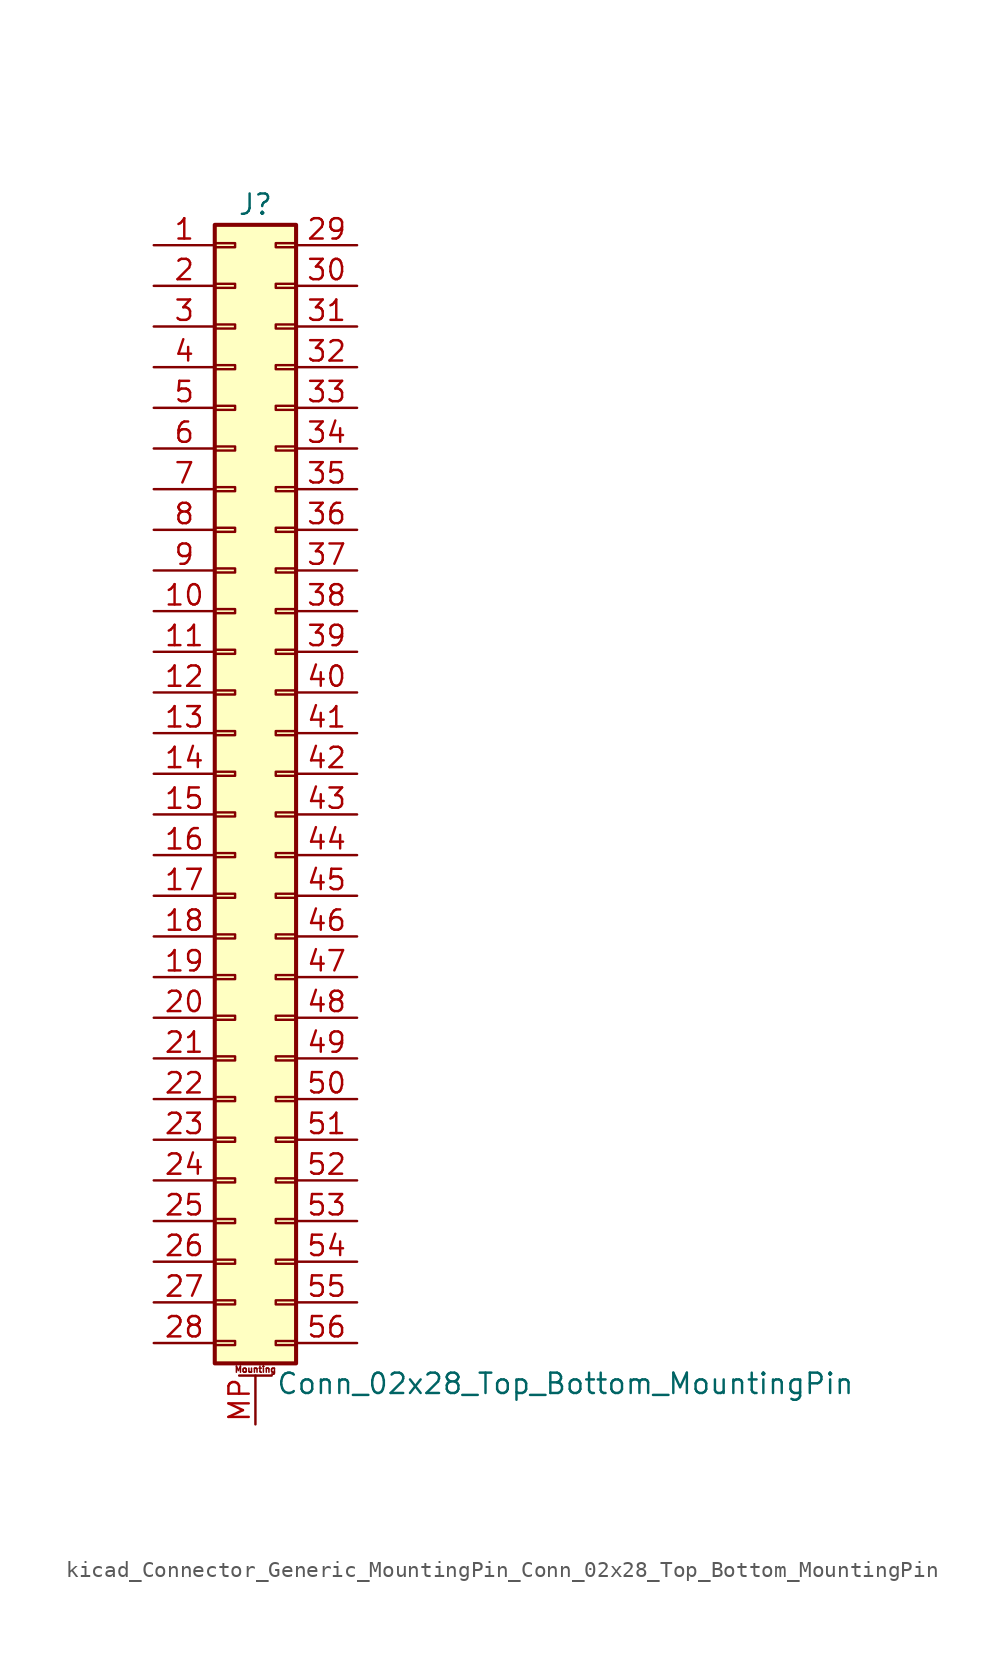
<source format=kicad_sym>
(kicad_symbol_lib
  (version 20220914)
  (generator kicad_symbol_editor)
  (symbol "kicad_Connector_Generic_MountingPin_Conn_02x28_Top_Bottom_MountingPin"
    (pin_names
      (offset 1.016) hide)
    (property "Reference" "J"
      (at 1.27 35.56 0)
      (effects (font (size 1.27 1.27))))
    (property "Value" "Conn_02x28_Top_Bottom_MountingPin"
      (at 2.54 -38.1 0)
      (effects (font (size 1.27 1.27)) (justify left)))
    (symbol "kicad_Connector_Generic_MountingPin_Conn_02x28_Top_Bottom_MountingPin_1_1"
      (rectangle (start -1.27 -35.433) (end 0 -35.687) (stroke (width 0.152) (type default)) (fill (type none)))
      (rectangle (start -1.27 -32.893) (end 0 -33.147) (stroke (width 0.152) (type default)) (fill (type none)))
      (rectangle (start -1.27 -30.353) (end 0 -30.607) (stroke (width 0.152) (type default)) (fill (type none)))
      (rectangle (start -1.27 -27.813) (end 0 -28.067) (stroke (width 0.152) (type default)) (fill (type none)))
      (rectangle (start -1.27 -25.273) (end 0 -25.527) (stroke (width 0.152) (type default)) (fill (type none)))
      (rectangle (start -1.27 -22.733) (end 0 -22.987) (stroke (width 0.152) (type default)) (fill (type none)))
      (rectangle (start -1.27 -20.193) (end 0 -20.447) (stroke (width 0.152) (type default)) (fill (type none)))
      (rectangle (start -1.27 -17.653) (end 0 -17.907) (stroke (width 0.152) (type default)) (fill (type none)))
      (rectangle (start -1.27 -15.113) (end 0 -15.367) (stroke (width 0.152) (type default)) (fill (type none)))
      (rectangle (start -1.27 -12.573) (end 0 -12.827) (stroke (width 0.152) (type default)) (fill (type none)))
      (rectangle (start -1.27 -10.033) (end 0 -10.287) (stroke (width 0.152) (type default)) (fill (type none)))
      (rectangle (start -1.27 -7.493) (end 0 -7.747) (stroke (width 0.152) (type default)) (fill (type none)))
      (rectangle (start -1.27 -4.953) (end 0 -5.207) (stroke (width 0.152) (type default)) (fill (type none)))
      (rectangle (start -1.27 -2.413) (end 0 -2.667) (stroke (width 0.152) (type default)) (fill (type none)))
      (rectangle (start -1.27 0.127) (end 0 -0.127) (stroke (width 0.152) (type default)) (fill (type none)))
      (rectangle (start -1.27 2.667) (end 0 2.413) (stroke (width 0.152) (type default)) (fill (type none)))
      (rectangle (start -1.27 5.207) (end 0 4.953) (stroke (width 0.152) (type default)) (fill (type none)))
      (rectangle (start -1.27 7.747) (end 0 7.493) (stroke (width 0.152) (type default)) (fill (type none)))
      (rectangle (start -1.27 10.287) (end 0 10.033) (stroke (width 0.152) (type default)) (fill (type none)))
      (rectangle (start -1.27 12.827) (end 0 12.573) (stroke (width 0.152) (type default)) (fill (type none)))
      (rectangle (start -1.27 15.367) (end 0 15.113) (stroke (width 0.152) (type default)) (fill (type none)))
      (rectangle (start -1.27 17.907) (end 0 17.653) (stroke (width 0.152) (type default)) (fill (type none)))
      (rectangle (start -1.27 20.447) (end 0 20.193) (stroke (width 0.152) (type default)) (fill (type none)))
      (rectangle (start -1.27 22.987) (end 0 22.733) (stroke (width 0.152) (type default)) (fill (type none)))
      (rectangle (start -1.27 25.527) (end 0 25.273) (stroke (width 0.152) (type default)) (fill (type none)))
      (rectangle (start -1.27 28.067) (end 0 27.813) (stroke (width 0.152) (type default)) (fill (type none)))
      (rectangle (start -1.27 30.607) (end 0 30.353) (stroke (width 0.152) (type default)) (fill (type none)))
      (rectangle (start -1.27 33.147) (end 0 32.893) (stroke (width 0.152) (type default)) (fill (type none)))
      (rectangle (start -1.27 34.29) (end 3.81 -36.83) (stroke (width 0.254) (type default)) (fill (type background)))
      (polyline (pts (xy 0.254 -37.592) (xy 2.286 -37.592)) (stroke (width 0.152) (type default)) (fill (type none)))
      (rectangle (start 3.81 -35.433) (end 2.54 -35.687) (stroke (width 0.152) (type default)) (fill (type none)))
      (rectangle (start 3.81 -32.893) (end 2.54 -33.147) (stroke (width 0.152) (type default)) (fill (type none)))
      (rectangle (start 3.81 -30.353) (end 2.54 -30.607) (stroke (width 0.152) (type default)) (fill (type none)))
      (rectangle (start 3.81 -27.813) (end 2.54 -28.067) (stroke (width 0.152) (type default)) (fill (type none)))
      (rectangle (start 3.81 -25.273) (end 2.54 -25.527) (stroke (width 0.152) (type default)) (fill (type none)))
      (rectangle (start 3.81 -22.733) (end 2.54 -22.987) (stroke (width 0.152) (type default)) (fill (type none)))
      (rectangle (start 3.81 -20.193) (end 2.54 -20.447) (stroke (width 0.152) (type default)) (fill (type none)))
      (rectangle (start 3.81 -17.653) (end 2.54 -17.907) (stroke (width 0.152) (type default)) (fill (type none)))
      (rectangle (start 3.81 -15.113) (end 2.54 -15.367) (stroke (width 0.152) (type default)) (fill (type none)))
      (rectangle (start 3.81 -12.573) (end 2.54 -12.827) (stroke (width 0.152) (type default)) (fill (type none)))
      (rectangle (start 3.81 -10.033) (end 2.54 -10.287) (stroke (width 0.152) (type default)) (fill (type none)))
      (rectangle (start 3.81 -7.493) (end 2.54 -7.747) (stroke (width 0.152) (type default)) (fill (type none)))
      (rectangle (start 3.81 -4.953) (end 2.54 -5.207) (stroke (width 0.152) (type default)) (fill (type none)))
      (rectangle (start 3.81 -2.413) (end 2.54 -2.667) (stroke (width 0.152) (type default)) (fill (type none)))
      (rectangle (start 3.81 0.127) (end 2.54 -0.127) (stroke (width 0.152) (type default)) (fill (type none)))
      (rectangle (start 3.81 2.667) (end 2.54 2.413) (stroke (width 0.152) (type default)) (fill (type none)))
      (rectangle (start 3.81 5.207) (end 2.54 4.953) (stroke (width 0.152) (type default)) (fill (type none)))
      (rectangle (start 3.81 7.747) (end 2.54 7.493) (stroke (width 0.152) (type default)) (fill (type none)))
      (rectangle (start 3.81 10.287) (end 2.54 10.033) (stroke (width 0.152) (type default)) (fill (type none)))
      (rectangle (start 3.81 12.827) (end 2.54 12.573) (stroke (width 0.152) (type default)) (fill (type none)))
      (rectangle (start 3.81 15.367) (end 2.54 15.113) (stroke (width 0.152) (type default)) (fill (type none)))
      (rectangle (start 3.81 17.907) (end 2.54 17.653) (stroke (width 0.152) (type default)) (fill (type none)))
      (rectangle (start 3.81 20.447) (end 2.54 20.193) (stroke (width 0.152) (type default)) (fill (type none)))
      (rectangle (start 3.81 22.987) (end 2.54 22.733) (stroke (width 0.152) (type default)) (fill (type none)))
      (rectangle (start 3.81 25.527) (end 2.54 25.273) (stroke (width 0.152) (type default)) (fill (type none)))
      (rectangle (start 3.81 28.067) (end 2.54 27.813) (stroke (width 0.152) (type default)) (fill (type none)))
      (rectangle (start 3.81 30.607) (end 2.54 30.353) (stroke (width 0.152) (type default)) (fill (type none)))
      (rectangle (start 3.81 33.147) (end 2.54 32.893) (stroke (width 0.152) (type default)) (fill (type none)))
      (text "Mounting" (at 1.27 -37.211 0) (effects (font (size 0.381 0.381))))
      (pin passive line (at -5.08 33.02 0) (length 3.81) (name "Pin_1" (effects (font (size 1.27 1.27)))) (number "1" (effects (font (size 1.27 1.27)))))
      (pin passive line (at -5.08 10.16 0) (length 3.81) (name "Pin_10" (effects (font (size 1.27 1.27)))) (number "10" (effects (font (size 1.27 1.27)))))
      (pin passive line (at -5.08 7.62 0) (length 3.81) (name "Pin_11" (effects (font (size 1.27 1.27)))) (number "11" (effects (font (size 1.27 1.27)))))
      (pin passive line (at -5.08 5.08 0) (length 3.81) (name "Pin_12" (effects (font (size 1.27 1.27)))) (number "12" (effects (font (size 1.27 1.27)))))
      (pin passive line (at -5.08 2.54 0) (length 3.81) (name "Pin_13" (effects (font (size 1.27 1.27)))) (number "13" (effects (font (size 1.27 1.27)))))
      (pin passive line (at -5.08 0 0) (length 3.81) (name "Pin_14" (effects (font (size 1.27 1.27)))) (number "14" (effects (font (size 1.27 1.27)))))
      (pin passive line (at -5.08 -2.54 0) (length 3.81) (name "Pin_15" (effects (font (size 1.27 1.27)))) (number "15" (effects (font (size 1.27 1.27)))))
      (pin passive line (at -5.08 -5.08 0) (length 3.81) (name "Pin_16" (effects (font (size 1.27 1.27)))) (number "16" (effects (font (size 1.27 1.27)))))
      (pin passive line (at -5.08 -7.62 0) (length 3.81) (name "Pin_17" (effects (font (size 1.27 1.27)))) (number "17" (effects (font (size 1.27 1.27)))))
      (pin passive line (at -5.08 -10.16 0) (length 3.81) (name "Pin_18" (effects (font (size 1.27 1.27)))) (number "18" (effects (font (size 1.27 1.27)))))
      (pin passive line (at -5.08 -12.7 0) (length 3.81) (name "Pin_19" (effects (font (size 1.27 1.27)))) (number "19" (effects (font (size 1.27 1.27)))))
      (pin passive line (at -5.08 30.48 0) (length 3.81) (name "Pin_2" (effects (font (size 1.27 1.27)))) (number "2" (effects (font (size 1.27 1.27)))))
      (pin passive line (at -5.08 -15.24 0) (length 3.81) (name "Pin_20" (effects (font (size 1.27 1.27)))) (number "20" (effects (font (size 1.27 1.27)))))
      (pin passive line (at -5.08 -17.78 0) (length 3.81) (name "Pin_21" (effects (font (size 1.27 1.27)))) (number "21" (effects (font (size 1.27 1.27)))))
      (pin passive line (at -5.08 -20.32 0) (length 3.81) (name "Pin_22" (effects (font (size 1.27 1.27)))) (number "22" (effects (font (size 1.27 1.27)))))
      (pin passive line (at -5.08 -22.86 0) (length 3.81) (name "Pin_23" (effects (font (size 1.27 1.27)))) (number "23" (effects (font (size 1.27 1.27)))))
      (pin passive line (at -5.08 -25.4 0) (length 3.81) (name "Pin_24" (effects (font (size 1.27 1.27)))) (number "24" (effects (font (size 1.27 1.27)))))
      (pin passive line (at -5.08 -27.94 0) (length 3.81) (name "Pin_25" (effects (font (size 1.27 1.27)))) (number "25" (effects (font (size 1.27 1.27)))))
      (pin passive line (at -5.08 -30.48 0) (length 3.81) (name "Pin_26" (effects (font (size 1.27 1.27)))) (number "26" (effects (font (size 1.27 1.27)))))
      (pin passive line (at -5.08 -33.02 0) (length 3.81) (name "Pin_27" (effects (font (size 1.27 1.27)))) (number "27" (effects (font (size 1.27 1.27)))))
      (pin passive line (at -5.08 -35.56 0) (length 3.81) (name "Pin_28" (effects (font (size 1.27 1.27)))) (number "28" (effects (font (size 1.27 1.27)))))
      (pin passive line (at 7.62 33.02 180) (length 3.81) (name "Pin_29" (effects (font (size 1.27 1.27)))) (number "29" (effects (font (size 1.27 1.27)))))
      (pin passive line (at -5.08 27.94 0) (length 3.81) (name "Pin_3" (effects (font (size 1.27 1.27)))) (number "3" (effects (font (size 1.27 1.27)))))
      (pin passive line (at 7.62 30.48 180) (length 3.81) (name "Pin_30" (effects (font (size 1.27 1.27)))) (number "30" (effects (font (size 1.27 1.27)))))
      (pin passive line (at 7.62 27.94 180) (length 3.81) (name "Pin_31" (effects (font (size 1.27 1.27)))) (number "31" (effects (font (size 1.27 1.27)))))
      (pin passive line (at 7.62 25.4 180) (length 3.81) (name "Pin_32" (effects (font (size 1.27 1.27)))) (number "32" (effects (font (size 1.27 1.27)))))
      (pin passive line (at 7.62 22.86 180) (length 3.81) (name "Pin_33" (effects (font (size 1.27 1.27)))) (number "33" (effects (font (size 1.27 1.27)))))
      (pin passive line (at 7.62 20.32 180) (length 3.81) (name "Pin_34" (effects (font (size 1.27 1.27)))) (number "34" (effects (font (size 1.27 1.27)))))
      (pin passive line (at 7.62 17.78 180) (length 3.81) (name "Pin_35" (effects (font (size 1.27 1.27)))) (number "35" (effects (font (size 1.27 1.27)))))
      (pin passive line (at 7.62 15.24 180) (length 3.81) (name "Pin_36" (effects (font (size 1.27 1.27)))) (number "36" (effects (font (size 1.27 1.27)))))
      (pin passive line (at 7.62 12.7 180) (length 3.81) (name "Pin_37" (effects (font (size 1.27 1.27)))) (number "37" (effects (font (size 1.27 1.27)))))
      (pin passive line (at 7.62 10.16 180) (length 3.81) (name "Pin_38" (effects (font (size 1.27 1.27)))) (number "38" (effects (font (size 1.27 1.27)))))
      (pin passive line (at 7.62 7.62 180) (length 3.81) (name "Pin_39" (effects (font (size 1.27 1.27)))) (number "39" (effects (font (size 1.27 1.27)))))
      (pin passive line (at -5.08 25.4 0) (length 3.81) (name "Pin_4" (effects (font (size 1.27 1.27)))) (number "4" (effects (font (size 1.27 1.27)))))
      (pin passive line (at 7.62 5.08 180) (length 3.81) (name "Pin_40" (effects (font (size 1.27 1.27)))) (number "40" (effects (font (size 1.27 1.27)))))
      (pin passive line (at 7.62 2.54 180) (length 3.81) (name "Pin_41" (effects (font (size 1.27 1.27)))) (number "41" (effects (font (size 1.27 1.27)))))
      (pin passive line (at 7.62 0 180) (length 3.81) (name "Pin_42" (effects (font (size 1.27 1.27)))) (number "42" (effects (font (size 1.27 1.27)))))
      (pin passive line (at 7.62 -2.54 180) (length 3.81) (name "Pin_43" (effects (font (size 1.27 1.27)))) (number "43" (effects (font (size 1.27 1.27)))))
      (pin passive line (at 7.62 -5.08 180) (length 3.81) (name "Pin_44" (effects (font (size 1.27 1.27)))) (number "44" (effects (font (size 1.27 1.27)))))
      (pin passive line (at 7.62 -7.62 180) (length 3.81) (name "Pin_45" (effects (font (size 1.27 1.27)))) (number "45" (effects (font (size 1.27 1.27)))))
      (pin passive line (at 7.62 -10.16 180) (length 3.81) (name "Pin_46" (effects (font (size 1.27 1.27)))) (number "46" (effects (font (size 1.27 1.27)))))
      (pin passive line (at 7.62 -12.7 180) (length 3.81) (name "Pin_47" (effects (font (size 1.27 1.27)))) (number "47" (effects (font (size 1.27 1.27)))))
      (pin passive line (at 7.62 -15.24 180) (length 3.81) (name "Pin_48" (effects (font (size 1.27 1.27)))) (number "48" (effects (font (size 1.27 1.27)))))
      (pin passive line (at 7.62 -17.78 180) (length 3.81) (name "Pin_49" (effects (font (size 1.27 1.27)))) (number "49" (effects (font (size 1.27 1.27)))))
      (pin passive line (at -5.08 22.86 0) (length 3.81) (name "Pin_5" (effects (font (size 1.27 1.27)))) (number "5" (effects (font (size 1.27 1.27)))))
      (pin passive line (at 7.62 -20.32 180) (length 3.81) (name "Pin_50" (effects (font (size 1.27 1.27)))) (number "50" (effects (font (size 1.27 1.27)))))
      (pin passive line (at 7.62 -22.86 180) (length 3.81) (name "Pin_51" (effects (font (size 1.27 1.27)))) (number "51" (effects (font (size 1.27 1.27)))))
      (pin passive line (at 7.62 -25.4 180) (length 3.81) (name "Pin_52" (effects (font (size 1.27 1.27)))) (number "52" (effects (font (size 1.27 1.27)))))
      (pin passive line (at 7.62 -27.94 180) (length 3.81) (name "Pin_53" (effects (font (size 1.27 1.27)))) (number "53" (effects (font (size 1.27 1.27)))))
      (pin passive line (at 7.62 -30.48 180) (length 3.81) (name "Pin_54" (effects (font (size 1.27 1.27)))) (number "54" (effects (font (size 1.27 1.27)))))
      (pin passive line (at 7.62 -33.02 180) (length 3.81) (name "Pin_55" (effects (font (size 1.27 1.27)))) (number "55" (effects (font (size 1.27 1.27)))))
      (pin passive line (at 7.62 -35.56 180) (length 3.81) (name "Pin_56" (effects (font (size 1.27 1.27)))) (number "56" (effects (font (size 1.27 1.27)))))
      (pin passive line (at -5.08 20.32 0) (length 3.81) (name "Pin_6" (effects (font (size 1.27 1.27)))) (number "6" (effects (font (size 1.27 1.27)))))
      (pin passive line (at -5.08 17.78 0) (length 3.81) (name "Pin_7" (effects (font (size 1.27 1.27)))) (number "7" (effects (font (size 1.27 1.27)))))
      (pin passive line (at -5.08 15.24 0) (length 3.81) (name "Pin_8" (effects (font (size 1.27 1.27)))) (number "8" (effects (font (size 1.27 1.27)))))
      (pin passive line (at -5.08 12.7 0) (length 3.81) (name "Pin_9" (effects (font (size 1.27 1.27)))) (number "9" (effects (font (size 1.27 1.27)))))
      (pin passive line (at 1.27 -40.64 90) (length 3.048) (name "MountPin" (effects (font (size 1.27 1.27)))) (number "MP" (effects (font (size 1.27 1.27))))))))
</source>
